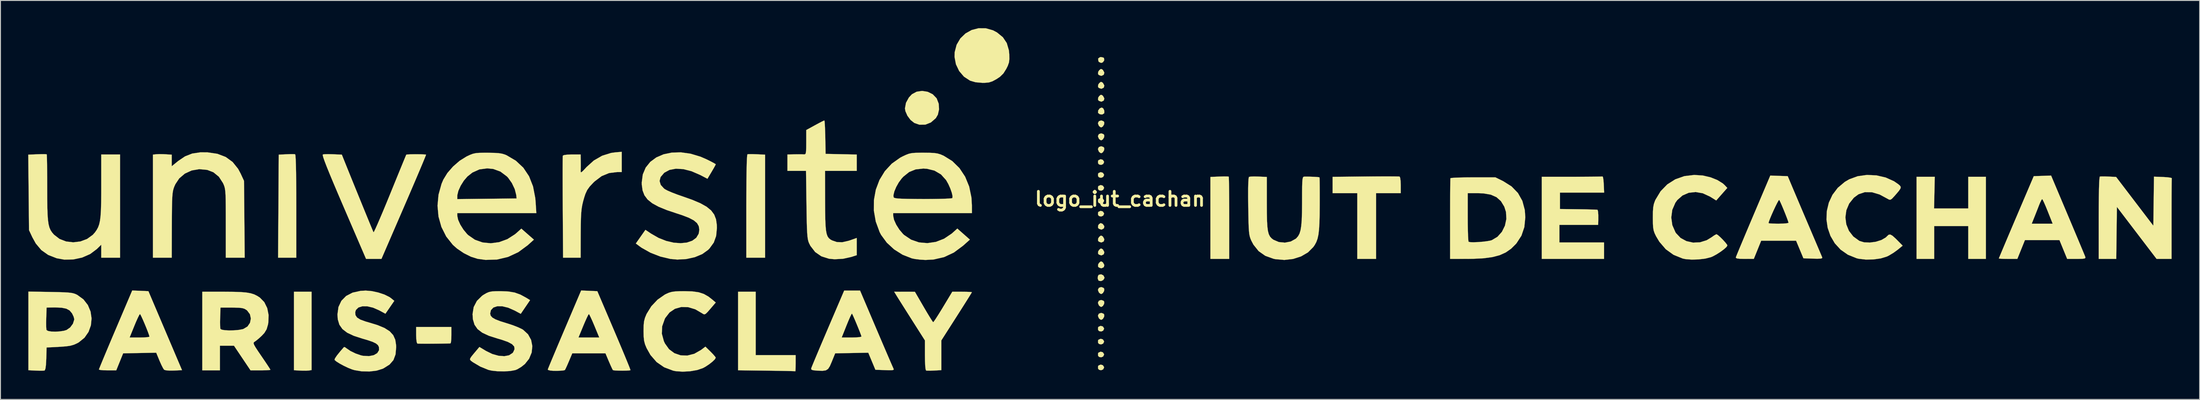
<source format=kicad_pcb>
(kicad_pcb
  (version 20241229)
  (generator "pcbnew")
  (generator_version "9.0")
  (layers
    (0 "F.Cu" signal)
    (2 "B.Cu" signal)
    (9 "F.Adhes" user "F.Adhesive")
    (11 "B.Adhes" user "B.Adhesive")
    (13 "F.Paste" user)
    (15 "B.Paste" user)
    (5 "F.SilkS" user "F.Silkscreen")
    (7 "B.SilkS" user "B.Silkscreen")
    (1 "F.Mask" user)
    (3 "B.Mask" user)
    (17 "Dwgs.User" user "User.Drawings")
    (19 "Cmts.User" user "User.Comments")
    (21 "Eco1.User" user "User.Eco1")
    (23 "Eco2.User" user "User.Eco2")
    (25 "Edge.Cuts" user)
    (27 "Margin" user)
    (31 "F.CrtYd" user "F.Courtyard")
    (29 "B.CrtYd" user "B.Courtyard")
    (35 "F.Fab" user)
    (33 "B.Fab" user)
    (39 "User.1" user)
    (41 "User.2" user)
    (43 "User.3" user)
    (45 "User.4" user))
  (footprint "logo_iut_cachan"
    (layer "F.Cu")
    (at 118.004 18.493)
    (property "Reference" "logo_iut_cachan" (at 0 0 0) (layer "F.SilkS") (effects (font (size 1.524 1.524) (thickness 0.3))))
    (attr through_hole)
    (fp_poly (pts (xy -87.376 18.512) (xy -87.662 18.559) (xy -87.954 18.579) (xy -88.376 18.577) (xy -88.614 18.567) (xy -89.281 18.529) (xy -89.281 10.033) (xy -87.376 10.033) (xy -87.376 18.512)) (stroke (width 0.01) (type solid)) (fill yes) (layer "F.SilkS"))
    (fp_poly (pts (xy -1.844 -4.239) (xy -1.717 -4.037) (xy -1.714 -3.999) (xy -1.813 -3.789) (xy -2.032 -3.697) (xy -2.26 -3.743) (xy -2.367 -3.873) (xy -2.371 -4.118) (xy -2.316 -4.211) (xy -2.081 -4.31) (xy -1.844 -4.239)) (stroke (width 0.01) (type solid)) (fill yes) (layer "F.SilkS"))
    (fp_poly (pts (xy -1.844 -2.842) (xy -1.717 -2.64) (xy -1.714 -2.602) (xy -1.813 -2.392) (xy -2.032 -2.3) (xy -2.26 -2.346) (xy -2.367 -2.476) (xy -2.371 -2.721) (xy -2.316 -2.814) (xy -2.081 -2.913) (xy -1.844 -2.842)) (stroke (width 0.01) (type solid)) (fill yes) (layer "F.SilkS"))
    (fp_poly (pts (xy -1.844 -1.445) (xy -1.717 -1.243) (xy -1.714 -1.205) (xy -1.813 -0.995) (xy -2.032 -0.903) (xy -2.26 -0.949) (xy -2.367 -1.079) (xy -2.371 -1.324) (xy -2.316 -1.417) (xy -2.081 -1.516) (xy -1.844 -1.445)) (stroke (width 0.01) (type solid)) (fill yes) (layer "F.SilkS"))
    (fp_poly (pts (xy -1.844 -0.048) (xy -1.717 0.154) (xy -1.714 0.192) (xy -1.813 0.402) (xy -2.032 0.494) (xy -2.26 0.448) (xy -2.367 0.318) (xy -2.371 0.073) (xy -2.316 -0.02) (xy -2.081 -0.119) (xy -1.844 -0.048)) (stroke (width 0.01) (type solid)) (fill yes) (layer "F.SilkS"))
    (fp_poly (pts (xy -1.844 1.349) (xy -1.717 1.551) (xy -1.714 1.589) (xy -1.813 1.799) (xy -2.032 1.891) (xy -2.26 1.845) (xy -2.367 1.715) (xy -2.371 1.47) (xy -2.316 1.377) (xy -2.081 1.278) (xy -1.844 1.349)) (stroke (width 0.01) (type solid)) (fill yes) (layer "F.SilkS"))
    (fp_poly (pts (xy -1.844 13.795) (xy -1.717 13.997) (xy -1.714 14.035) (xy -1.813 14.245) (xy -2.032 14.337) (xy -2.26 14.291) (xy -2.367 14.161) (xy -2.371 13.916) (xy -2.316 13.823) (xy -2.081 13.724) (xy -1.844 13.795)) (stroke (width 0.01) (type solid)) (fill yes) (layer "F.SilkS"))
    (fp_poly (pts (xy -1.844 15.192) (xy -1.717 15.394) (xy -1.714 15.432) (xy -1.813 15.642) (xy -2.032 15.734) (xy -2.26 15.688) (xy -2.367 15.558) (xy -2.371 15.313) (xy -2.316 15.22) (xy -2.081 15.121) (xy -1.844 15.192)) (stroke (width 0.01) (type solid)) (fill yes) (layer "F.SilkS"))
    (fp_poly (pts (xy -1.844 16.589) (xy -1.717 16.791) (xy -1.714 16.829) (xy -1.813 17.039) (xy -2.032 17.131) (xy -2.26 17.085) (xy -2.367 16.955) (xy -2.371 16.71) (xy -2.316 16.617) (xy -2.081 16.518) (xy -1.844 16.589)) (stroke (width 0.01) (type solid)) (fill yes) (layer "F.SilkS"))
    (fp_poly (pts (xy -1.844 17.986) (xy -1.717 18.188) (xy -1.714 18.226) (xy -1.813 18.436) (xy -2.032 18.528) (xy -2.26 18.482) (xy -2.367 18.352) (xy -2.371 18.107) (xy -2.316 18.014) (xy -2.081 17.915) (xy -1.844 17.986)) (stroke (width 0.01) (type solid)) (fill yes) (layer "F.SilkS"))
    (fp_poly (pts (xy -1.796 -15.313) (xy -1.722 -15.251) (xy -1.699 -15.016) (xy -1.841 -14.804) (xy -2.032 -14.732) (xy -2.265 -14.831) (xy -2.336 -14.934) (xy -2.354 -15.212) (xy -2.161 -15.354) (xy -2.032 -15.367) (xy -1.796 -15.313)) (stroke (width 0.01) (type solid)) (fill yes) (layer "F.SilkS"))
    (fp_poly (pts (xy -1.914 -14.029) (xy -1.824 -13.944) (xy -1.686 -13.682) (xy -1.75 -13.452) (xy -1.987 -13.337) (xy -2.032 -13.335) (xy -2.28 -13.421) (xy -2.371 -13.535) (xy -2.351 -13.774) (xy -2.24 -13.944) (xy -2.062 -14.083) (xy -1.914 -14.029)) (stroke (width 0.01) (type solid)) (fill yes) (layer "F.SilkS"))
    (fp_poly (pts (xy -1.914 -12.632) (xy -1.824 -12.547) (xy -1.686 -12.285) (xy -1.75 -12.055) (xy -1.987 -11.94) (xy -2.032 -11.938) (xy -2.28 -12.024) (xy -2.371 -12.138) (xy -2.351 -12.377) (xy -2.24 -12.547) (xy -2.062 -12.686) (xy -1.914 -12.632)) (stroke (width 0.01) (type solid)) (fill yes) (layer "F.SilkS"))
    (fp_poly (pts (xy -1.914 -11.235) (xy -1.824 -11.15) (xy -1.686 -10.888) (xy -1.75 -10.658) (xy -1.987 -10.543) (xy -2.032 -10.541) (xy -2.28 -10.627) (xy -2.371 -10.741) (xy -2.351 -10.98) (xy -2.24 -11.15) (xy -2.062 -11.289) (xy -1.914 -11.235)) (stroke (width 0.01) (type solid)) (fill yes) (layer "F.SilkS"))
    (fp_poly (pts (xy -1.914 4.005) (xy -1.824 4.09) (xy -1.686 4.352) (xy -1.75 4.582) (xy -1.987 4.697) (xy -2.032 4.699) (xy -2.28 4.613) (xy -2.371 4.499) (xy -2.351 4.26) (xy -2.24 4.09) (xy -2.062 3.951) (xy -1.914 4.005)) (stroke (width 0.01) (type solid)) (fill yes) (layer "F.SilkS"))
    (fp_poly (pts (xy -1.914 5.402) (xy -1.824 5.487) (xy -1.686 5.749) (xy -1.75 5.979) (xy -1.987 6.094) (xy -2.032 6.096) (xy -2.28 6.01) (xy -2.371 5.896) (xy -2.351 5.657) (xy -2.24 5.487) (xy -2.062 5.348) (xy -1.914 5.402)) (stroke (width 0.01) (type solid)) (fill yes) (layer "F.SilkS"))
    (fp_poly (pts (xy -1.914 6.799) (xy -1.824 6.884) (xy -1.686 7.146) (xy -1.75 7.376) (xy -1.987 7.491) (xy -2.032 7.493) (xy -2.28 7.407) (xy -2.371 7.293) (xy -2.351 7.054) (xy -2.24 6.884) (xy -2.062 6.745) (xy -1.914 6.799)) (stroke (width 0.01) (type solid)) (fill yes) (layer "F.SilkS"))
    (fp_poly (pts (xy -1.896 2.676) (xy -1.847 2.711) (xy -1.686 2.94) (xy -1.731 3.165) (xy -1.951 3.295) (xy -2.032 3.302) (xy -2.28 3.216) (xy -2.371 3.102) (xy -2.354 2.856) (xy -2.266 2.719) (xy -2.089 2.603) (xy -1.896 2.676)) (stroke (width 0.01) (type solid)) (fill yes) (layer "F.SilkS"))
    (fp_poly (pts (xy -1.797 -9.8) (xy -1.691 -9.563) (xy -1.692 -9.318) (xy -1.714 -9.272) (xy -1.91 -9.155) (xy -2.172 -9.174) (xy -2.359 -9.316) (xy -2.368 -9.336) (xy -2.351 -9.591) (xy -2.179 -9.82) (xy -1.962 -9.906) (xy -1.797 -9.8)) (stroke (width 0.01) (type solid)) (fill yes) (layer "F.SilkS"))
    (fp_poly (pts (xy -1.786 -8.427) (xy -1.696 -8.317) (xy -1.71 -8.085) (xy -1.846 -7.853) (xy -2.032 -7.747) (xy -2.032 -7.747) (xy -2.184 -7.833) (xy -2.285 -7.936) (xy -2.385 -8.202) (xy -2.281 -8.423) (xy -2.032 -8.509) (xy -1.786 -8.427)) (stroke (width 0.01) (type solid)) (fill yes) (layer "F.SilkS"))
    (fp_poly (pts (xy -1.786 -7.03) (xy -1.696 -6.92) (xy -1.71 -6.688) (xy -1.846 -6.456) (xy -2.032 -6.35) (xy -2.032 -6.35) (xy -2.184 -6.436) (xy -2.285 -6.539) (xy -2.385 -6.805) (xy -2.281 -7.026) (xy -2.032 -7.112) (xy -1.786 -7.03)) (stroke (width 0.01) (type solid)) (fill yes) (layer "F.SilkS"))
    (fp_poly (pts (xy -1.786 -5.633) (xy -1.696 -5.523) (xy -1.71 -5.291) (xy -1.846 -5.059) (xy -2.032 -4.953) (xy -2.032 -4.953) (xy -2.184 -5.039) (xy -2.285 -5.142) (xy -2.385 -5.408) (xy -2.281 -5.629) (xy -2.032 -5.715) (xy -1.786 -5.633)) (stroke (width 0.01) (type solid)) (fill yes) (layer "F.SilkS"))
    (fp_poly (pts (xy -1.786 9.607) (xy -1.696 9.717) (xy -1.71 9.949) (xy -1.846 10.181) (xy -2.032 10.287) (xy -2.032 10.287) (xy -2.184 10.201) (xy -2.285 10.098) (xy -2.385 9.832) (xy -2.281 9.611) (xy -2.032 9.525) (xy -1.786 9.607)) (stroke (width 0.01) (type solid)) (fill yes) (layer "F.SilkS"))
    (fp_poly (pts (xy -1.786 11.004) (xy -1.696 11.114) (xy -1.71 11.346) (xy -1.846 11.578) (xy -2.032 11.684) (xy -2.032 11.684) (xy -2.184 11.598) (xy -2.285 11.495) (xy -2.385 11.229) (xy -2.281 11.008) (xy -2.032 10.922) (xy -1.786 11.004)) (stroke (width 0.01) (type solid)) (fill yes) (layer "F.SilkS"))
    (fp_poly (pts (xy -1.786 12.401) (xy -1.696 12.511) (xy -1.71 12.743) (xy -1.846 12.975) (xy -2.032 13.081) (xy -2.032 13.081) (xy -2.184 12.995) (xy -2.285 12.892) (xy -2.385 12.626) (xy -2.281 12.405) (xy -2.032 12.319) (xy -1.786 12.401)) (stroke (width 0.01) (type solid)) (fill yes) (layer "F.SilkS"))
    (fp_poly (pts (xy -1.785 8.268) (xy -1.673 8.495) (xy -1.675 8.552) (xy -1.807 8.77) (xy -2.051 8.881) (xy -2.289 8.839) (xy -2.323 8.811) (xy -2.407 8.592) (xy -2.379 8.328) (xy -2.285 8.191) (xy -2.023 8.147) (xy -1.785 8.268)) (stroke (width 0.01) (type solid)) (fill yes) (layer "F.SilkS"))
    (fp_poly (pts (xy 87.997 1.016) (xy 91.694 1.016) (xy 91.694 -2.413) (xy 93.599 -2.413) (xy 93.599 6.477) (xy 91.694 6.477) (xy 91.694 2.921) (xy 88.011 2.921) (xy 88.011 6.477) (xy 86.106 6.477) (xy 86.106 -2.413) (xy 88.075 -2.413) (xy 87.997 1.016)) (stroke (width 0.01) (type solid)) (fill yes) (layer "F.SilkS"))
    (fp_poly (pts (xy -39.262 -4.848) (xy -39.246 -4.847) (xy -38.354 -4.805) (xy -38.354 6.35) (xy -40.386 6.35) (xy -40.386 0.773) (xy -40.383 -0.655) (xy -40.375 -1.892) (xy -40.361 -2.928) (xy -40.343 -3.752) (xy -40.32 -4.354) (xy -40.292 -4.722) (xy -40.262 -4.847) (xy -40.08 -4.863) (xy -39.722 -4.863) (xy -39.262 -4.848)) (stroke (width 0.01) (type solid)) (fill yes) (layer "F.SilkS"))
    (fp_poly (pts (xy 11.567 -2.446) (xy 11.749 -2.428) (xy 11.759 -2.424) (xy 11.771 -2.289) (xy 11.782 -1.929) (xy 11.792 -1.374) (xy 11.8 -0.653) (xy 11.806 0.205) (xy 11.81 1.171) (xy 11.811 2.053) (xy 11.811 6.477) (xy 9.779 6.477) (xy 9.779 -2.393) (xy 10.743 -2.435) (xy 11.21 -2.448) (xy 11.567 -2.446)) (stroke (width 0.01) (type solid)) (fill yes) (layer "F.SilkS"))
    (fp_poly (pts (xy -89.312 -4.862) (xy -89.151 -4.847) (xy -89.119 -4.71) (xy -89.092 -4.33) (xy -89.069 -3.716) (xy -89.051 -2.88) (xy -89.037 -1.831) (xy -89.029 -0.581) (xy -89.027 0.773) (xy -89.027 6.35) (xy -90.011 6.35) (xy -90.996 6.35) (xy -90.961 0.773) (xy -90.927 -4.805) (xy -90.101 -4.847) (xy -89.657 -4.863) (xy -89.312 -4.862)) (stroke (width 0.01) (type solid)) (fill yes) (layer "F.SilkS"))
    (fp_poly (pts (xy -39.37 16.891) (xy -35.052 16.891) (xy -35.052 17.78) (xy -35.056 18.213) (xy -35.067 18.52) (xy -35.082 18.64) (xy -35.084 18.64) (xy -35.214 18.63) (xy -35.563 18.619) (xy -36.097 18.606) (xy -36.779 18.594) (xy -37.575 18.582) (xy -38.195 18.574) (xy -41.275 18.537) (xy -41.275 10.033) (xy -39.37 10.033) (xy -39.37 16.891)) (stroke (width 0.01) (type solid)) (fill yes) (layer "F.SilkS"))
    (fp_poly (pts (xy -72.263 14.732) (xy -72.275 15.171) (xy -72.308 15.49) (xy -72.355 15.624) (xy -72.358 15.625) (xy -72.781 15.638) (xy -73.322 15.648) (xy -73.926 15.655) (xy -74.537 15.659) (xy -75.1 15.66) (xy -75.56 15.657) (xy -75.86 15.65) (xy -75.946 15.642) (xy -76.009 15.504) (xy -76.055 15.18) (xy -76.073 14.741) (xy -76.073 14.721) (xy -76.073 13.843) (xy -72.263 13.843) (xy -72.263 14.732)) (stroke (width 0.01) (type solid)) (fill yes) (layer "F.SilkS"))
    (fp_poly (pts (xy 29.635 -2.451) (xy 30.036 -2.445) (xy 30.221 -2.436) (xy 30.227 -2.434) (xy 30.29 -2.296) (xy 30.335 -1.972) (xy 30.353 -1.533) (xy 30.353 -1.513) (xy 30.353 -0.635) (xy 27.686 -0.635) (xy 27.686 6.477) (xy 25.654 6.477) (xy 25.654 -0.635) (xy 22.987 -0.635) (xy 22.987 -2.405) (xy 26.544 -2.441) (xy 27.472 -2.449) (xy 28.32 -2.453) (xy 29.052 -2.454) (xy 29.635 -2.451)) (stroke (width 0.01) (type solid)) (fill yes) (layer "F.SilkS"))
    (fp_poly (pts (xy -20.778 -11.607) (xy -20.236 -11.339) (xy -19.825 -10.914) (xy -19.807 -10.884) (xy -19.592 -10.328) (xy -19.551 -9.714) (xy -19.681 -9.133) (xy -19.901 -8.755) (xy -20.434 -8.291) (xy -21.039 -8.051) (xy -21.675 -8.044) (xy -22.227 -8.236) (xy -22.63 -8.557) (xy -22.972 -9.013) (xy -23.191 -9.511) (xy -23.239 -9.815) (xy -23.127 -10.42) (xy -22.812 -10.995) (xy -22.487 -11.341) (xy -21.973 -11.619) (xy -21.38 -11.704) (xy -20.778 -11.607)) (stroke (width 0.01) (type solid)) (fill yes) (layer "F.SilkS"))
    (fp_poly (pts (xy -14.499 -18.483) (xy -13.716 -18.26) (xy -13.294 -18.035) (xy -12.656 -17.514) (xy -12.233 -16.882) (xy -12.007 -16.109) (xy -11.964 -15.684) (xy -11.951 -15.168) (xy -11.994 -14.789) (xy -12.117 -14.432) (xy -12.282 -14.097) (xy -12.596 -13.596) (xy -12.975 -13.226) (xy -13.335 -12.986) (xy -13.774 -12.747) (xy -14.151 -12.622) (xy -14.594 -12.579) (xy -14.853 -12.576) (xy -15.602 -12.639) (xy -16.199 -12.812) (xy -16.2 -12.813) (xy -16.861 -13.246) (xy -17.38 -13.854) (xy -17.729 -14.586) (xy -17.881 -15.391) (xy -17.865 -15.891) (xy -17.654 -16.701) (xy -17.252 -17.383) (xy -16.697 -17.92) (xy -16.028 -18.295) (xy -15.283 -18.488) (xy -14.499 -18.483)) (stroke (width 0.01) (type solid)) (fill yes) (layer "F.SilkS"))
    (fp_poly (pts (xy 52.217 -2.345) (xy 52.263 -2.052) (xy 52.295 -1.628) (xy 52.297 -1.587) (xy 52.334 -0.699) (xy 47.562 -0.699) (xy 47.562 1.079) (xy 49.575 1.103) (xy 50.262 1.114) (xy 50.852 1.127) (xy 51.303 1.143) (xy 51.572 1.158) (xy 51.626 1.167) (xy 51.677 1.349) (xy 51.704 1.728) (xy 51.704 2.251) (xy 51.704 2.254) (xy 51.689 2.794) (xy 47.498 2.794) (xy 47.498 4.699) (xy 52.324 4.699) (xy 52.324 6.477) (xy 45.593 6.477) (xy 45.593 -2.413) (xy 48.831 -2.413) (xy 49.715 -2.414) (xy 50.514 -2.418) (xy 51.193 -2.423) (xy 51.719 -2.429) (xy 52.055 -2.437) (xy 52.165 -2.445) (xy 52.217 -2.345)) (stroke (width 0.01) (type solid)) (fill yes) (layer "F.SilkS"))
    (fp_poly (pts (xy 106.456 -2.449) (xy 106.858 -2.434) (xy 107.675 -2.392) (xy 109.686 0.247) (xy 111.697 2.886) (xy 111.765 -2.424) (xy 112.747 -2.387) (xy 113.205 -2.358) (xy 113.54 -2.315) (xy 113.693 -2.266) (xy 113.697 -2.254) (xy 113.689 -2.109) (xy 113.682 -1.74) (xy 113.676 -1.177) (xy 113.671 -0.449) (xy 113.668 0.412) (xy 113.666 1.376) (xy 113.665 2.159) (xy 113.665 6.477) (xy 112.045 6.477) (xy 109.902 3.665) (xy 107.76 0.853) (xy 107.725 3.665) (xy 107.691 6.477) (xy 105.791 6.477) (xy 105.791 2.043) (xy 105.795 0.792) (xy 105.805 -0.274) (xy 105.822 -1.142) (xy 105.844 -1.798) (xy 105.873 -2.23) (xy 105.907 -2.424) (xy 105.915 -2.434) (xy 106.099 -2.45) (xy 106.456 -2.449)) (stroke (width 0.01) (type solid)) (fill yes) (layer "F.SilkS"))
    (fp_poly (pts (xy -16.58 10.038) (xy -16.212 10.053) (xy -16.018 10.073) (xy -16.002 10.082) (xy -16.067 10.198) (xy -16.251 10.497) (xy -16.535 10.951) (xy -16.9 11.53) (xy -17.327 12.203) (xy -17.653 12.715) (xy -19.304 15.299) (xy -19.304 18.519) (xy -20.068 18.562) (xy -20.496 18.579) (xy -20.824 18.577) (xy -20.957 18.563) (xy -21.008 18.424) (xy -21.048 18.071) (xy -21.073 17.543) (xy -21.082 16.91) (xy -21.082 15.299) (xy -22.452 13.142) (xy -22.891 12.449) (xy -23.303 11.799) (xy -23.66 11.233) (xy -23.936 10.794) (xy -24.105 10.523) (xy -24.113 10.509) (xy -24.405 10.033) (xy -23.283 10.035) (xy -22.162 10.037) (xy -21.209 11.681) (xy -20.872 12.255) (xy -20.577 12.743) (xy -20.349 13.105) (xy -20.212 13.304) (xy -20.185 13.33) (xy -20.098 13.229) (xy -19.906 12.946) (xy -19.633 12.521) (xy -19.303 11.989) (xy -19.118 11.684) (xy -18.124 10.033) (xy -17.063 10.033) (xy -16.58 10.038)) (stroke (width 0.01) (type solid)) (fill yes) (layer "F.SilkS"))
    (fp_poly (pts (xy -53.848 -2.921) (xy -54.333 -2.921) (xy -55.219 -2.813) (xy -56.025 -2.481) (xy -56.78 -1.91) (xy -56.908 -1.787) (xy -57.316 -1.351) (xy -57.585 -0.974) (xy -57.778 -0.556) (xy -57.902 -0.179) (xy -58.023 0.245) (xy -58.115 0.636) (xy -58.183 1.04) (xy -58.229 1.501) (xy -58.259 2.064) (xy -58.276 2.774) (xy -58.284 3.675) (xy -58.286 4.096) (xy -58.293 6.35) (xy -60.193 6.35) (xy -60.227 0.889) (xy -60.233 -0.267) (xy -60.237 -1.346) (xy -60.239 -2.32) (xy -60.239 -3.163) (xy -60.236 -3.848) (xy -60.231 -4.349) (xy -60.224 -4.638) (xy -60.219 -4.699) (xy -60.081 -4.76) (xy -59.755 -4.805) (xy -59.308 -4.826) (xy -59.235 -4.826) (xy -58.293 -4.826) (xy -58.279 -4.096) (xy -58.275 -3.631) (xy -58.281 -3.224) (xy -58.289 -3.048) (xy -58.282 -2.91) (xy -58.21 -2.904) (xy -58.042 -3.047) (xy -57.748 -3.361) (xy -57.663 -3.455) (xy -56.87 -4.17) (xy -55.966 -4.691) (xy -54.998 -4.993) (xy -54.623 -5.045) (xy -53.848 -5.115) (xy -53.848 -2.921)) (stroke (width 0.01) (type solid)) (fill yes) (layer "F.SilkS"))
    (fp_poly (pts (xy 102.455 1.745) (xy 102.871 2.732) (xy 103.257 3.651) (xy 103.603 4.474) (xy 103.895 5.173) (xy 104.124 5.722) (xy 104.277 6.092) (xy 104.342 6.255) (xy 104.357 6.365) (xy 104.275 6.432) (xy 104.049 6.465) (xy 103.634 6.476) (xy 103.401 6.477) (xy 102.381 6.477) (xy 101.55 4.445) (xy 97.819 4.445) (xy 97.409 5.461) (xy 96.999 6.477) (xy 95.998 6.477) (xy 95.53 6.472) (xy 95.178 6.458) (xy 95.005 6.438) (xy 94.996 6.432) (xy 95.044 6.309) (xy 95.181 5.978) (xy 95.396 5.465) (xy 95.678 4.795) (xy 96.016 3.995) (xy 96.4 3.09) (xy 96.58 2.667) (xy 98.556 2.667) (xy 100.814 2.667) (xy 100.286 1.335) (xy 100.07 0.804) (xy 99.882 0.374) (xy 99.744 0.091) (xy 99.681 0.001) (xy 99.597 0.109) (xy 99.46 0.388) (xy 99.345 0.667) (xy 99.136 1.204) (xy 98.908 1.783) (xy 98.821 2) (xy 98.556 2.667) (xy 96.58 2.667) (xy 96.818 2.106) (xy 96.883 1.955) (xy 98.77 -2.477) (xy 99.709 -2.51) (xy 100.647 -2.543) (xy 102.455 1.745)) (stroke (width 0.01) (type solid)) (fill yes) (layer "F.SilkS"))
    (fp_poly (pts (xy -98.627 -5.054) (xy -97.558 -4.898) (xy -96.655 -4.552) (xy -95.911 -4.011) (xy -95.317 -3.27) (xy -95.046 -2.764) (xy -94.678 -1.968) (xy -94.602 6.35) (xy -96.647 6.35) (xy -96.648 2.635) (xy -96.649 1.565) (xy -96.653 0.717) (xy -96.661 0.059) (xy -96.676 -0.442) (xy -96.701 -0.816) (xy -96.737 -1.096) (xy -96.786 -1.315) (xy -96.852 -1.503) (xy -96.935 -1.693) (xy -96.952 -1.729) (xy -97.394 -2.412) (xy -97.984 -2.896) (xy -98.657 -3.156) (xy -99.516 -3.234) (xy -100.335 -3.094) (xy -101.071 -2.755) (xy -101.68 -2.237) (xy -102.092 -1.616) (xy -102.198 -1.385) (xy -102.282 -1.165) (xy -102.347 -0.922) (xy -102.395 -0.626) (xy -102.429 -0.242) (xy -102.452 0.26) (xy -102.465 0.913) (xy -102.473 1.75) (xy -102.478 2.802) (xy -102.479 3.016) (xy -102.489 6.35) (xy -104.521 6.35) (xy -104.521 -4.809) (xy -104.172 -4.849) (xy -103.838 -4.865) (xy -103.387 -4.858) (xy -103.156 -4.846) (xy -102.489 -4.802) (xy -102.489 -3.553) (xy -101.79 -4.123) (xy -101.055 -4.619) (xy -100.278 -4.925) (xy -99.398 -5.057) (xy -98.627 -5.054)) (stroke (width 0.01) (type solid)) (fill yes) (layer "F.SilkS"))
    (fp_poly (pts (xy -105.011 9.97) (xy -103.932 12.509) (xy -103.553 13.401) (xy -103.151 14.348) (xy -102.756 15.277) (xy -102.399 16.116) (xy -102.115 16.786) (xy -101.377 18.522) (xy -102.27 18.564) (xy -102.736 18.568) (xy -103.109 18.538) (xy -103.309 18.481) (xy -103.312 18.479) (xy -103.431 18.304) (xy -103.606 17.963) (xy -103.8 17.528) (xy -103.816 17.491) (xy -104.171 16.63) (xy -105.957 16.665) (xy -107.743 16.701) (xy -108.488 18.542) (xy -109.425 18.542) (xy -109.877 18.531) (xy -110.209 18.501) (xy -110.36 18.458) (xy -110.363 18.451) (xy -110.315 18.317) (xy -110.178 17.976) (xy -109.964 17.455) (xy -109.683 16.781) (xy -109.347 15.98) (xy -108.967 15.079) (xy -108.928 14.986) (xy -107.042 14.986) (xy -105.972 14.986) (xy -105.486 14.976) (xy -105.116 14.949) (xy -104.919 14.91) (xy -104.902 14.893) (xy -104.947 14.715) (xy -105.067 14.38) (xy -105.235 13.95) (xy -105.427 13.485) (xy -105.618 13.044) (xy -105.782 12.688) (xy -105.894 12.478) (xy -105.924 12.446) (xy -106.006 12.556) (xy -106.156 12.855) (xy -106.353 13.294) (xy -106.528 13.716) (xy -107.042 14.986) (xy -108.928 14.986) (xy -108.563 14.128) (xy -106.764 9.896) (xy -105.011 9.97)) (stroke (width 0.01) (type solid)) (fill yes) (layer "F.SilkS"))
    (fp_poly (pts (xy -116.199 -4.859) (xy -116.014 -4.842) (xy -116.003 -4.837) (xy -115.99 -4.701) (xy -115.978 -4.344) (xy -115.967 -3.798) (xy -115.959 -3.096) (xy -115.953 -2.271) (xy -115.951 -1.355) (xy -115.951 -1.201) (xy -115.948 -0.03) (xy -115.936 0.918) (xy -115.911 1.672) (xy -115.868 2.264) (xy -115.803 2.722) (xy -115.712 3.079) (xy -115.589 3.363) (xy -115.431 3.606) (xy -115.234 3.837) (xy -115.216 3.856) (xy -114.619 4.318) (xy -113.909 4.592) (xy -113.14 4.682) (xy -112.367 4.591) (xy -111.645 4.321) (xy -111.028 3.876) (xy -110.793 3.612) (xy -110.602 3.339) (xy -110.449 3.055) (xy -110.332 2.73) (xy -110.244 2.329) (xy -110.183 1.823) (xy -110.143 1.179) (xy -110.12 0.364) (xy -110.11 -0.652) (xy -110.109 -1.417) (xy -110.109 -4.826) (xy -108.077 -4.826) (xy -108.077 6.35) (xy -110.109 6.35) (xy -110.109 4.941) (xy -110.585 5.409) (xy -111.307 5.951) (xy -112.175 6.332) (xy -113.13 6.538) (xy -114.111 6.555) (xy -114.925 6.41) (xy -115.842 6.051) (xy -116.587 5.525) (xy -117.189 4.806) (xy -117.563 4.128) (xy -117.919 3.365) (xy -117.959 -0.72) (xy -117.999 -4.805) (xy -117.027 -4.847) (xy -116.558 -4.861) (xy -116.199 -4.859)) (stroke (width 0.01) (type solid)) (fill yes) (layer "F.SilkS"))
    (fp_poly (pts (xy -57.365 9.933) (xy -56.489 9.97) (xy -54.676 14.224) (xy -54.263 15.197) (xy -53.885 16.094) (xy -53.553 16.889) (xy -53.279 17.555) (xy -53.071 18.068) (xy -52.943 18.399) (xy -52.903 18.524) (xy -52.903 18.524) (xy -53.049 18.553) (xy -53.368 18.571) (xy -53.78 18.577) (xy -54.207 18.571) (xy -54.567 18.555) (xy -54.78 18.528) (xy -54.805 18.517) (xy -54.884 18.373) (xy -55.031 18.059) (xy -55.215 17.638) (xy -55.243 17.574) (xy -55.611 16.701) (xy -59.197 16.701) (xy -59.565 17.574) (xy -59.751 18.004) (xy -59.903 18.335) (xy -59.991 18.503) (xy -59.997 18.51) (xy -60.156 18.551) (xy -60.481 18.58) (xy -60.887 18.593) (xy -61.286 18.587) (xy -61.563 18.565) (xy -61.786 18.508) (xy -61.849 18.457) (xy -61.801 18.329) (xy -61.665 17.994) (xy -61.451 17.477) (xy -61.17 16.807) (xy -60.835 16.009) (xy -60.455 15.11) (xy -60.402 14.986) (xy -58.526 14.986) (xy -56.282 14.986) (xy -56.806 13.716) (xy -57.025 13.201) (xy -57.214 12.786) (xy -57.349 12.52) (xy -57.404 12.446) (xy -57.479 12.556) (xy -57.626 12.854) (xy -57.822 13.291) (xy -58.002 13.716) (xy -58.526 14.986) (xy -60.402 14.986) (xy -60.045 14.143) (xy -58.24 9.896) (xy -57.365 9.933)) (stroke (width 0.01) (type solid)) (fill yes) (layer "F.SilkS"))
    (fp_poly (pts (xy -31.924 -8.39) (xy -31.898 -8.061) (xy -31.874 -7.569) (xy -31.854 -6.958) (xy -31.849 -6.699) (xy -31.814 -4.889) (xy -28.448 -4.819) (xy -28.448 -3.048) (xy -31.877 -3.048) (xy -31.87 0.159) (xy -31.864 1.272) (xy -31.85 2.161) (xy -31.821 2.853) (xy -31.774 3.377) (xy -31.702 3.763) (xy -31.602 4.039) (xy -31.467 4.234) (xy -31.293 4.377) (xy -31.115 4.477) (xy -30.581 4.659) (xy -30.005 4.672) (xy -29.321 4.514) (xy -29.143 4.455) (xy -28.448 4.21) (xy -28.448 6.076) (xy -29.051 6.27) (xy -29.923 6.463) (xy -30.835 6.516) (xy -31.455 6.459) (xy -32.273 6.199) (xy -32.943 5.735) (xy -33.457 5.071) (xy -33.612 4.763) (xy -33.679 4.582) (xy -33.733 4.357) (xy -33.775 4.057) (xy -33.808 3.652) (xy -33.834 3.109) (xy -33.855 2.398) (xy -33.872 1.489) (xy -33.884 0.603) (xy -33.932 -3.048) (xy -35.941 -3.048) (xy -35.941 -4.826) (xy -35.147 -4.841) (xy -34.69 -4.845) (xy -34.313 -4.841) (xy -34.131 -4.833) (xy -34.032 -4.847) (xy -33.967 -4.942) (xy -33.93 -5.162) (xy -33.913 -5.549) (xy -33.909 -6.14) (xy -33.909 -7.47) (xy -32.962 -7.99) (xy -32.525 -8.226) (xy -32.178 -8.406) (xy -31.976 -8.501) (xy -31.95 -8.509) (xy -31.924 -8.39)) (stroke (width 0.01) (type solid)) (fill yes) (layer "F.SilkS"))
    (fp_poly (pts (xy -26.348 14.002) (xy -25.937 14.966) (xy -25.554 15.863) (xy -25.211 16.663) (xy -24.921 17.338) (xy -24.695 17.86) (xy -24.545 18.201) (xy -24.488 18.325) (xy -24.449 18.436) (xy -24.504 18.501) (xy -24.697 18.528) (xy -25.074 18.526) (xy -25.402 18.516) (xy -26.434 18.479) (xy -26.82 17.554) (xy -27.205 16.63) (xy -28.993 16.665) (xy -30.781 16.701) (xy -31.148 17.608) (xy -31.353 18.084) (xy -31.543 18.382) (xy -31.783 18.539) (xy -32.134 18.591) (xy -32.661 18.576) (xy -32.811 18.566) (xy -33.182 18.527) (xy -33.352 18.456) (xy -33.373 18.33) (xy -33.369 18.312) (xy -33.306 18.148) (xy -33.156 17.78) (xy -32.929 17.234) (xy -32.637 16.539) (xy -32.293 15.724) (xy -31.979 14.986) (xy -30.075 14.986) (xy -29.007 14.986) (xy -28.523 14.974) (xy -28.153 14.943) (xy -27.957 14.897) (xy -27.94 14.878) (xy -27.986 14.724) (xy -28.108 14.4) (xy -28.28 13.969) (xy -28.475 13.494) (xy -28.668 13.037) (xy -28.832 12.663) (xy -28.942 12.433) (xy -28.967 12.393) (xy -29.032 12.481) (xy -29.168 12.761) (xy -29.354 13.189) (xy -29.548 13.663) (xy -30.075 14.986) (xy -31.979 14.986) (xy -31.907 14.817) (xy -31.56 14.002) (xy -29.809 9.906) (xy -28.089 9.906) (xy -26.348 14.002)) (stroke (width 0.01) (type solid)) (fill yes) (layer "F.SilkS"))
    (fp_poly (pts (xy -115.602 10.055) (xy -114.753 10.072) (xy -114.117 10.093) (xy -113.649 10.121) (xy -113.31 10.163) (xy -113.055 10.222) (xy -112.844 10.303) (xy -112.693 10.379) (xy -112.034 10.86) (xy -111.558 11.472) (xy -111.265 12.172) (xy -111.155 12.919) (xy -111.228 13.669) (xy -111.483 14.379) (xy -111.92 15.008) (xy -112.54 15.511) (xy -112.706 15.604) (xy -113.057 15.763) (xy -113.426 15.87) (xy -113.886 15.94) (xy -114.51 15.988) (xy -114.674 15.997) (xy -116.014 16.066) (xy -116.051 17.292) (xy -116.086 17.959) (xy -116.145 18.378) (xy -116.228 18.556) (xy -116.241 18.562) (xy -116.443 18.579) (xy -116.812 18.58) (xy -117.189 18.568) (xy -117.983 18.53) (xy -117.983 13.397) (xy -116.066 13.397) (xy -116.06 13.837) (xy -116.039 14.12) (xy -116.027 14.173) (xy -115.866 14.276) (xy -115.526 14.336) (xy -115.079 14.352) (xy -114.595 14.326) (xy -114.146 14.257) (xy -113.86 14.171) (xy -113.47 13.899) (xy -113.171 13.494) (xy -113.033 13.055) (xy -113.03 12.992) (xy -113.095 12.735) (xy -113.251 12.404) (xy -113.28 12.356) (xy -113.536 12.055) (xy -113.897 11.862) (xy -114.409 11.759) (xy -115.118 11.734) (xy -115.189 11.735) (xy -116.014 11.748) (xy -116.055 12.871) (xy -116.066 13.397) (xy -117.983 13.397) (xy -117.983 10.013) (xy -115.602 10.055)) (stroke (width 0.01) (type solid)) (fill yes) (layer "F.SilkS"))
    (fp_poly (pts (xy -85.104 -4.851) (xy -85.049 -4.848) (xy -84.105 -4.807) (xy -83.918 -4.34) (xy -83.655 -3.686) (xy -83.348 -2.925) (xy -83.009 -2.088) (xy -82.652 -1.207) (xy -82.289 -0.315) (xy -81.933 0.558) (xy -81.598 1.379) (xy -81.296 2.117) (xy -81.04 2.74) (xy -80.843 3.216) (xy -80.719 3.513) (xy -80.68 3.6) (xy -80.619 3.512) (xy -80.475 3.214) (xy -80.258 2.73) (xy -79.98 2.087) (xy -79.651 1.311) (xy -79.283 0.425) (xy -78.893 -0.527) (xy -78.497 -1.501) (xy -78.131 -2.399) (xy -77.806 -3.194) (xy -77.534 -3.858) (xy -77.325 -4.366) (xy -77.19 -4.691) (xy -77.14 -4.806) (xy -77.007 -4.827) (xy -76.682 -4.842) (xy -76.227 -4.85) (xy -76.073 -4.85) (xy -75.59 -4.845) (xy -75.218 -4.832) (xy -75.018 -4.813) (xy -75.001 -4.806) (xy -75.042 -4.685) (xy -75.175 -4.353) (xy -75.389 -3.833) (xy -75.677 -3.149) (xy -76.027 -2.322) (xy -76.431 -1.376) (xy -76.878 -0.333) (xy -77.36 0.784) (xy -77.391 0.857) (xy -79.82 6.476) (xy -80.655 6.477) (xy -81.49 6.477) (xy -83.909 0.857) (xy -84.513 -0.552) (xy -85.016 -1.74) (xy -85.423 -2.718) (xy -85.738 -3.496) (xy -85.965 -4.086) (xy -86.108 -4.497) (xy -86.171 -4.74) (xy -86.161 -4.826) (xy -85.958 -4.852) (xy -85.58 -4.86) (xy -85.104 -4.851)) (stroke (width 0.01) (type solid)) (fill yes) (layer "F.SilkS"))
    (fp_poly (pts (xy 41.43 -1.932) (xy 42.328 -1.365) (xy 43.018 -0.654) (xy 43.495 0.197) (xy 43.759 1.183) (xy 43.815 1.968) (xy 43.712 3.032) (xy 43.397 3.964) (xy 42.865 4.782) (xy 42.794 4.865) (xy 42.277 5.377) (xy 41.707 5.776) (xy 41.05 6.074) (xy 40.269 6.281) (xy 39.329 6.409) (xy 38.194 6.468) (xy 37.56 6.475) (xy 35.687 6.477) (xy 35.687 2.159) (xy 35.688 1.135) (xy 35.69 0.193) (xy 35.694 -0.635) (xy 37.592 -0.635) (xy 37.592 1.947) (xy 37.596 2.733) (xy 37.609 3.432) (xy 37.627 4.004) (xy 37.651 4.41) (xy 37.678 4.61) (xy 37.684 4.622) (xy 37.86 4.665) (xy 38.216 4.676) (xy 38.684 4.659) (xy 39.192 4.62) (xy 39.673 4.562) (xy 40.054 4.491) (xy 40.196 4.449) (xy 40.806 4.085) (xy 41.285 3.547) (xy 41.611 2.886) (xy 41.766 2.156) (xy 41.729 1.41) (xy 41.543 0.826) (xy 41.179 0.227) (xy 40.702 -0.201) (xy 40.08 -0.476) (xy 39.282 -0.612) (xy 38.676 -0.635) (xy 37.592 -0.635) (xy 35.694 -0.635) (xy 35.694 -0.639) (xy 35.7 -1.329) (xy 35.706 -1.848) (xy 35.713 -2.166) (xy 35.719 -2.254) (xy 35.849 -2.284) (xy 36.195 -2.31) (xy 36.714 -2.33) (xy 37.369 -2.344) (xy 38.119 -2.349) (xy 38.167 -2.349) (xy 40.583 -2.349) (xy 41.43 -1.932)) (stroke (width 0.01) (type solid)) (fill yes) (layer "F.SilkS"))
    (fp_poly (pts (xy 81.771 -2.562) (xy 82.767 -2.331) (xy 83.668 -1.926) (xy 84.127 -1.609) (xy 84.313 -1.448) (xy 84.396 -1.305) (xy 84.363 -1.132) (xy 84.197 -0.884) (xy 83.884 -0.513) (xy 83.71 -0.316) (xy 83.447 -0.035) (xy 83.273 0.079) (xy 83.119 0.056) (xy 83.011 -0.006) (xy 82.11 -0.492) (xy 81.277 -0.739) (xy 80.516 -0.748) (xy 79.831 -0.517) (xy 79.332 -0.151) (xy 78.819 0.491) (xy 78.515 1.215) (xy 78.413 1.979) (xy 78.509 2.736) (xy 78.795 3.443) (xy 79.268 4.055) (xy 79.919 4.527) (xy 79.933 4.534) (xy 80.44 4.685) (xy 81.058 4.709) (xy 81.708 4.62) (xy 82.308 4.432) (xy 82.777 4.158) (xy 82.915 4.021) (xy 83.088 3.862) (xy 83.271 3.841) (xy 83.509 3.976) (xy 83.849 4.283) (xy 83.994 4.428) (xy 84.603 5.046) (xy 84.042 5.505) (xy 83.598 5.826) (xy 83.108 6.119) (xy 82.895 6.224) (xy 82.238 6.425) (xy 81.445 6.536) (xy 80.615 6.55) (xy 79.851 6.462) (xy 79.629 6.409) (xy 78.683 6.028) (xy 77.894 5.476) (xy 77.264 4.787) (xy 76.798 3.991) (xy 76.497 3.121) (xy 76.366 2.21) (xy 76.406 1.289) (xy 76.621 0.389) (xy 77.014 -0.456) (xy 77.587 -1.215) (xy 78.345 -1.855) (xy 78.83 -2.14) (xy 79.741 -2.472) (xy 80.742 -2.611) (xy 81.771 -2.562)) (stroke (width 0.01) (type solid)) (fill yes) (layer "F.SilkS"))
    (fp_poly (pts (xy 63.024 -2.544) (xy 63.834 -2.353) (xy 64.57 -2.059) (xy 65.159 -1.694) (xy 65.368 -1.503) (xy 65.648 -1.202) (xy 65.049 -0.524) (xy 64.451 0.155) (xy 63.773 -0.267) (xy 63 -0.624) (xy 62.222 -0.759) (xy 61.479 -0.678) (xy 60.808 -0.387) (xy 60.246 0.106) (xy 60.036 0.398) (xy 59.701 1.169) (xy 59.592 1.998) (xy 59.706 2.827) (xy 60.044 3.598) (xy 60.103 3.689) (xy 60.598 4.211) (xy 61.229 4.554) (xy 61.944 4.714) (xy 62.691 4.683) (xy 63.42 4.456) (xy 63.929 4.148) (xy 64.223 3.941) (xy 64.437 3.822) (xy 64.481 3.81) (xy 64.631 3.897) (xy 64.882 4.117) (xy 65.171 4.405) (xy 65.436 4.698) (xy 65.616 4.932) (xy 65.659 5.027) (xy 65.557 5.191) (xy 65.29 5.432) (xy 64.917 5.709) (xy 64.499 5.979) (xy 64.093 6.199) (xy 63.869 6.295) (xy 63.273 6.446) (xy 62.55 6.533) (xy 61.802 6.554) (xy 61.134 6.503) (xy 60.824 6.439) (xy 59.836 6.037) (xy 58.997 5.432) (xy 58.3 4.619) (xy 57.947 4.028) (xy 57.788 3.698) (xy 57.686 3.397) (xy 57.629 3.05) (xy 57.604 2.586) (xy 57.598 2.032) (xy 57.605 1.379) (xy 57.638 0.906) (xy 57.707 0.54) (xy 57.823 0.208) (xy 57.883 0.074) (xy 58.438 -0.845) (xy 59.16 -1.586) (xy 60.025 -2.136) (xy 61.007 -2.482) (xy 62.08 -2.611) (xy 63.024 -2.544)) (stroke (width 0.01) (type solid)) (fill yes) (layer "F.SilkS"))
    (fp_poly (pts (xy 71.238 -2.51) (xy 72.181 -2.477) (xy 72.715 -1.206) (xy 72.918 -0.727) (xy 73.198 -0.065) (xy 73.536 0.731) (xy 73.909 1.61) (xy 74.297 2.522) (xy 74.548 3.111) (xy 74.9 3.939) (xy 75.221 4.693) (xy 75.497 5.342) (xy 75.713 5.853) (xy 75.857 6.192) (xy 75.912 6.324) (xy 75.89 6.405) (xy 75.718 6.449) (xy 75.36 6.461) (xy 74.926 6.451) (xy 73.874 6.413) (xy 73.08 4.508) (xy 69.311 4.508) (xy 68.914 5.491) (xy 68.516 6.474) (xy 67.523 6.476) (xy 67.004 6.466) (xy 66.701 6.431) (xy 66.576 6.364) (xy 66.57 6.308) (xy 66.628 6.156) (xy 66.774 5.798) (xy 66.996 5.26) (xy 67.285 4.569) (xy 67.627 3.752) (xy 68.013 2.837) (xy 68.111 2.606) (xy 70.104 2.606) (xy 70.221 2.634) (xy 70.534 2.655) (xy 70.985 2.666) (xy 71.183 2.667) (xy 71.671 2.656) (xy 72.044 2.626) (xy 72.244 2.584) (xy 72.263 2.565) (xy 72.216 2.395) (xy 72.094 2.057) (xy 71.923 1.616) (xy 71.729 1.136) (xy 71.538 0.682) (xy 71.377 0.319) (xy 71.271 0.111) (xy 71.256 0.09) (xy 71.183 0.168) (xy 71.039 0.425) (xy 70.849 0.806) (xy 70.639 1.254) (xy 70.434 1.715) (xy 70.259 2.133) (xy 70.141 2.452) (xy 70.104 2.606) (xy 68.111 2.606) (xy 68.431 1.85) (xy 68.453 1.798) (xy 70.294 -2.544) (xy 71.238 -2.51)) (stroke (width 0.01) (type solid)) (fill yes) (layer "F.SilkS"))
    (fp_poly (pts (xy -46.2 9.997) (xy -45.53 10.09) (xy -44.978 10.271) (xy -44.476 10.558) (xy -44.101 10.85) (xy -43.688 11.199) (xy -44.278 11.889) (xy -44.588 12.244) (xy -44.789 12.433) (xy -44.932 12.484) (xy -45.069 12.429) (xy -45.135 12.382) (xy -45.903 11.933) (xy -46.674 11.702) (xy -47.417 11.685) (xy -48.097 11.877) (xy -48.683 12.273) (xy -49.143 12.868) (xy -49.2 12.977) (xy -49.483 13.781) (xy -49.516 14.571) (xy -49.3 15.373) (xy -49.181 15.63) (xy -48.737 16.253) (xy -48.16 16.683) (xy -47.488 16.914) (xy -46.76 16.938) (xy -46.014 16.748) (xy -45.29 16.339) (xy -45.258 16.315) (xy -44.808 15.972) (xy -44.248 16.521) (xy -43.954 16.825) (xy -43.751 17.064) (xy -43.688 17.173) (xy -43.788 17.349) (xy -44.048 17.602) (xy -44.407 17.885) (xy -44.804 18.148) (xy -45.084 18.3) (xy -45.704 18.509) (xy -46.466 18.64) (xy -47.268 18.684) (xy -48.008 18.631) (xy -48.294 18.574) (xy -49.266 18.208) (xy -50.08 17.646) (xy -50.744 16.882) (xy -51.165 16.135) (xy -51.334 15.727) (xy -51.434 15.339) (xy -51.483 14.877) (xy -51.496 14.287) (xy -51.485 13.682) (xy -51.44 13.237) (xy -51.343 12.861) (xy -51.178 12.461) (xy -51.159 12.421) (xy -50.654 11.604) (xy -49.977 10.887) (xy -49.195 10.341) (xy -49.086 10.285) (xy -48.767 10.142) (xy -48.46 10.05) (xy -48.096 9.998) (xy -47.605 9.975) (xy -47.053 9.97) (xy -46.2 9.997)) (stroke (width 0.01) (type solid)) (fill yes) (layer "F.SilkS"))
    (fp_poly (pts (xy -95.807 10.04) (xy -95.036 10.065) (xy -94.436 10.115) (xy -93.965 10.197) (xy -93.582 10.317) (xy -93.246 10.484) (xy -92.953 10.676) (xy -92.485 11.159) (xy -92.168 11.805) (xy -92.019 12.565) (xy -92.052 13.389) (xy -92.087 13.584) (xy -92.235 14.095) (xy -92.477 14.494) (xy -92.758 14.796) (xy -93.092 15.102) (xy -93.391 15.346) (xy -93.529 15.44) (xy -93.618 15.508) (xy -93.644 15.608) (xy -93.588 15.776) (xy -93.435 16.046) (xy -93.168 16.455) (xy -92.798 16.999) (xy -92.441 17.523) (xy -92.142 17.969) (xy -91.929 18.298) (xy -91.826 18.468) (xy -91.821 18.482) (xy -91.938 18.509) (xy -92.251 18.53) (xy -92.701 18.541) (xy -92.898 18.542) (xy -93.974 18.542) (xy -94.869 17.209) (xy -95.764 15.875) (xy -97.282 15.875) (xy -97.282 18.542) (xy -99.187 18.542) (xy -99.187 13.328) (xy -97.266 13.328) (xy -97.259 13.752) (xy -97.237 14.016) (xy -97.228 14.055) (xy -97.074 14.142) (xy -96.734 14.196) (xy -96.275 14.219) (xy -95.764 14.208) (xy -95.267 14.166) (xy -94.851 14.09) (xy -94.742 14.058) (xy -94.302 13.793) (xy -94.031 13.396) (xy -93.94 12.933) (xy -94.039 12.468) (xy -94.34 12.066) (xy -94.409 12.01) (xy -94.615 11.884) (xy -94.864 11.806) (xy -95.22 11.764) (xy -95.744 11.749) (xy -95.989 11.748) (xy -97.219 11.748) (xy -97.256 12.816) (xy -97.266 13.328) (xy -99.187 13.328) (xy -99.187 10.033) (xy -96.79 10.033) (xy -95.807 10.04)) (stroke (width 0.01) (type solid)) (fill yes) (layer "F.SilkS"))
    (fp_poly (pts (xy -66.103 10.003) (xy -65.421 10.119) (xy -64.804 10.342) (xy -64.168 10.688) (xy -63.757 10.941) (xy -64.765 12.424) (xy -65.434 12.064) (xy -66.128 11.758) (xy -66.764 11.606) (xy -67.307 11.602) (xy -67.728 11.744) (xy -67.993 12.028) (xy -68.072 12.389) (xy -68.019 12.62) (xy -67.84 12.825) (xy -67.503 13.02) (xy -66.978 13.224) (xy -66.241 13.453) (xy -65.651 13.644) (xy -65.091 13.861) (xy -64.65 14.067) (xy -64.511 14.149) (xy -63.98 14.638) (xy -63.647 15.243) (xy -63.515 15.917) (xy -63.586 16.612) (xy -63.864 17.283) (xy -64.311 17.847) (xy -64.709 18.167) (xy -65.14 18.424) (xy -65.361 18.514) (xy -65.887 18.611) (xy -66.556 18.653) (xy -67.263 18.64) (xy -67.902 18.573) (xy -68.263 18.491) (xy -69.137 18.135) (xy -69.936 17.662) (xy -70.003 17.614) (xy -70.169 17.489) (xy -70.251 17.384) (xy -70.234 17.251) (xy -70.101 17.045) (xy -69.836 16.719) (xy -69.575 16.41) (xy -69.236 16.008) (xy -68.512 16.444) (xy -67.836 16.773) (xy -67.165 16.961) (xy -66.545 17.007) (xy -66.025 16.907) (xy -65.65 16.66) (xy -65.584 16.574) (xy -65.438 16.247) (xy -65.474 15.962) (xy -65.707 15.707) (xy -66.154 15.466) (xy -66.83 15.227) (xy -67.266 15.101) (xy -68.211 14.8) (xy -68.927 14.466) (xy -69.437 14.074) (xy -69.765 13.602) (xy -69.937 13.025) (xy -69.977 12.458) (xy -69.856 11.695) (xy -69.507 11.021) (xy -68.948 10.47) (xy -68.771 10.351) (xy -68.461 10.171) (xy -68.189 10.059) (xy -67.878 9.998) (xy -67.454 9.974) (xy -66.939 9.97) (xy -66.103 10.003)) (stroke (width 0.01) (type solid)) (fill yes) (layer "F.SilkS"))
    (fp_poly (pts (xy -80.864 9.963) (xy -80.161 10.117) (xy -79.496 10.339) (xy -78.961 10.605) (xy -78.809 10.713) (xy -78.433 11.017) (xy -78.913 11.714) (xy -79.393 12.412) (xy -80.074 12.043) (xy -80.73 11.756) (xy -81.348 11.612) (xy -81.889 11.607) (xy -82.313 11.738) (xy -82.582 12.003) (xy -82.655 12.238) (xy -82.632 12.564) (xy -82.458 12.826) (xy -82.103 13.048) (xy -81.537 13.254) (xy -81.252 13.335) (xy -80.256 13.638) (xy -79.49 13.957) (xy -78.929 14.315) (xy -78.55 14.733) (xy -78.327 15.233) (xy -78.237 15.837) (xy -78.232 16.045) (xy -78.302 16.824) (xy -78.529 17.43) (xy -78.945 17.91) (xy -79.577 18.311) (xy -79.692 18.367) (xy -80.34 18.571) (xy -81.125 18.666) (xy -81.955 18.649) (xy -82.737 18.518) (xy -82.996 18.441) (xy -83.436 18.265) (xy -83.913 18.037) (xy -84.36 17.793) (xy -84.71 17.572) (xy -84.893 17.409) (xy -84.895 17.407) (xy -84.85 17.249) (xy -84.638 16.932) (xy -84.269 16.473) (xy -83.868 16.013) (xy -83.751 16.045) (xy -83.599 16.157) (xy -83.172 16.447) (xy -82.615 16.718) (xy -82.045 16.914) (xy -81.806 16.966) (xy -81.175 17) (xy -80.654 16.898) (xy -80.281 16.679) (xy -80.088 16.363) (xy -80.094 16.026) (xy -80.199 15.814) (xy -80.418 15.629) (xy -80.788 15.451) (xy -81.346 15.261) (xy -81.852 15.115) (xy -82.804 14.808) (xy -83.526 14.468) (xy -84.041 14.073) (xy -84.372 13.6) (xy -84.543 13.027) (xy -84.58 12.492) (xy -84.47 11.682) (xy -84.154 11.012) (xy -83.642 10.491) (xy -82.947 10.129) (xy -82.081 9.937) (xy -81.516 9.907) (xy -80.864 9.963)) (stroke (width 0.01) (type solid)) (fill yes) (layer "F.SilkS"))
    (fp_poly (pts (xy -68.328 -5.01) (xy -67.636 -4.998) (xy -67.134 -4.965) (xy -66.757 -4.903) (xy -66.441 -4.802) (xy -66.294 -4.738) (xy -65.296 -4.148) (xy -64.488 -3.391) (xy -63.869 -2.464) (xy -63.438 -1.367) (xy -63.194 -0.1) (xy -63.156 0.349) (xy -63.082 1.524) (xy -71.628 1.524) (xy -71.627 1.81) (xy -71.538 2.241) (xy -71.303 2.765) (xy -70.965 3.305) (xy -70.568 3.785) (xy -70.451 3.899) (xy -69.722 4.404) (xy -68.894 4.698) (xy -68.008 4.785) (xy -67.102 4.665) (xy -66.217 4.341) (xy -65.394 3.814) (xy -65.198 3.647) (xy -64.703 3.2) (xy -64.023 3.797) (xy -63.342 4.394) (xy -64.019 5.003) (xy -65.032 5.749) (xy -66.142 6.266) (xy -67.328 6.547) (xy -68.568 6.586) (xy -69.423 6.472) (xy -70.149 6.242) (xy -70.924 5.855) (xy -71.652 5.361) (xy -72.108 4.957) (xy -72.824 4.055) (xy -73.342 3.023) (xy -73.657 1.9) (xy -73.763 0.723) (xy -73.698 0.004) (xy -71.628 0.004) (xy -68.421 -0.03) (xy -65.215 -0.064) (xy -65.256 -0.443) (xy -65.414 -1.073) (xy -65.727 -1.733) (xy -66.137 -2.312) (xy -66.27 -2.452) (xy -66.966 -2.974) (xy -67.748 -3.258) (xy -68.389 -3.32) (xy -69.235 -3.209) (xy -69.989 -2.869) (xy -70.532 -2.439) (xy -70.92 -1.986) (xy -71.26 -1.442) (xy -71.509 -0.891) (xy -71.624 -0.415) (xy -71.627 -0.347) (xy -71.628 0.004) (xy -73.698 0.004) (xy -73.655 -0.472) (xy -73.329 -1.647) (xy -73.133 -2.108) (xy -72.695 -2.822) (xy -72.083 -3.524) (xy -71.371 -4.142) (xy -70.634 -4.602) (xy -70.255 -4.781) (xy -69.944 -4.9) (xy -69.63 -4.969) (xy -69.243 -5.002) (xy -68.711 -5.01) (xy -68.328 -5.01)) (stroke (width 0.01) (type solid)) (fill yes) (layer "F.SilkS"))
    (fp_poly (pts (xy 14.948 -2.435) (xy 14.973 -2.434) (xy 15.875 -2.392) (xy 15.875 0.467) (xy 15.88 1.514) (xy 15.897 2.339) (xy 15.934 2.973) (xy 15.995 3.45) (xy 16.087 3.8) (xy 16.216 4.056) (xy 16.386 4.25) (xy 16.596 4.408) (xy 17.177 4.655) (xy 17.824 4.717) (xy 18.455 4.599) (xy 18.99 4.305) (xy 19.07 4.235) (xy 19.26 4.014) (xy 19.409 3.738) (xy 19.519 3.376) (xy 19.597 2.894) (xy 19.648 2.26) (xy 19.675 1.444) (xy 19.685 0.411) (xy 19.685 0.198) (xy 19.687 -0.682) (xy 19.693 -1.34) (xy 19.707 -1.808) (xy 19.731 -2.118) (xy 19.768 -2.303) (xy 19.821 -2.394) (xy 19.892 -2.423) (xy 19.907 -2.424) (xy 20.219 -2.428) (xy 20.621 -2.42) (xy 21.032 -2.403) (xy 21.37 -2.381) (xy 21.555 -2.357) (xy 21.567 -2.351) (xy 21.578 -2.218) (xy 21.587 -1.867) (xy 21.593 -1.335) (xy 21.596 -0.656) (xy 21.596 0.132) (xy 21.595 0.613) (xy 21.585 1.717) (xy 21.561 2.603) (xy 21.518 3.305) (xy 21.452 3.858) (xy 21.356 4.296) (xy 21.225 4.656) (xy 21.055 4.971) (xy 20.902 5.192) (xy 20.323 5.773) (xy 19.575 6.209) (xy 18.706 6.487) (xy 17.765 6.591) (xy 16.802 6.508) (xy 16.603 6.466) (xy 15.71 6.145) (xy 14.988 5.637) (xy 14.426 4.934) (xy 14.201 4.508) (xy 14.11 4.295) (xy 14.039 4.08) (xy 13.985 3.826) (xy 13.946 3.498) (xy 13.917 3.06) (xy 13.896 2.475) (xy 13.88 1.706) (xy 13.865 0.777) (xy 13.855 -0.271) (xy 13.857 -1.127) (xy 13.872 -1.775) (xy 13.9 -2.202) (xy 13.938 -2.391) (xy 13.945 -2.398) (xy 14.127 -2.431) (xy 14.487 -2.445) (xy 14.948 -2.435)) (stroke (width 0.01) (type solid)) (fill yes) (layer "F.SilkS"))
    (fp_poly (pts (xy -46.411 -4.909) (xy -45.335 -4.584) (xy -44.706 -4.311) (xy -44.254 -4.087) (xy -43.906 -3.902) (xy -43.711 -3.784) (xy -43.688 -3.76) (xy -43.748 -3.63) (xy -43.906 -3.343) (xy -44.129 -2.961) (xy -44.137 -2.947) (xy -44.586 -2.193) (xy -45.375 -2.606) (xy -46.309 -3.012) (xy -47.191 -3.238) (xy -47.993 -3.285) (xy -48.69 -3.154) (xy -49.255 -2.847) (xy -49.653 -2.378) (xy -49.762 -1.954) (xy -49.635 -1.529) (xy -49.283 -1.14) (xy -49.173 -1.06) (xy -48.884 -0.907) (xy -48.419 -0.707) (xy -47.849 -0.488) (xy -47.333 -0.308) (xy -46.228 0.082) (xy -45.352 0.454) (xy -44.68 0.831) (xy -44.189 1.233) (xy -43.856 1.682) (xy -43.658 2.198) (xy -43.572 2.804) (xy -43.564 3.138) (xy -43.646 3.996) (xy -43.902 4.71) (xy -44.358 5.34) (xy -44.514 5.5) (xy -45.146 5.955) (xy -45.95 6.291) (xy -46.87 6.494) (xy -47.846 6.549) (xy -48.59 6.483) (xy -49.682 6.224) (xy -50.753 5.806) (xy -51.704 5.271) (xy -51.914 5.121) (xy -52.329 4.81) (xy -51.81 4.07) (xy -51.291 3.33) (xy -50.666 3.751) (xy -49.865 4.209) (xy -49.047 4.531) (xy -48.244 4.72) (xy -47.486 4.778) (xy -46.804 4.708) (xy -46.231 4.512) (xy -45.797 4.193) (xy -45.533 3.754) (xy -45.466 3.325) (xy -45.524 2.938) (xy -45.714 2.605) (xy -46.064 2.307) (xy -46.6 2.025) (xy -47.346 1.739) (xy -47.846 1.577) (xy -48.971 1.2) (xy -49.866 0.833) (xy -50.554 0.457) (xy -51.057 0.05) (xy -51.397 -0.405) (xy -51.599 -0.93) (xy -51.683 -1.545) (xy -51.689 -1.796) (xy -51.578 -2.659) (xy -51.263 -3.404) (xy -50.766 -4.023) (xy -50.112 -4.506) (xy -49.326 -4.844) (xy -48.431 -5.03) (xy -47.451 -5.054) (xy -46.411 -4.909)) (stroke (width 0.01) (type solid)) (fill yes) (layer "F.SilkS"))
    (fp_poly (pts (xy -20.55 -5.008) (xy -20.074 -4.983) (xy -19.714 -4.929) (xy -19.402 -4.836) (xy -19.069 -4.693) (xy -19.05 -4.684) (xy -18.124 -4.11) (xy -17.347 -3.347) (xy -16.733 -2.419) (xy -16.296 -1.351) (xy -16.052 -0.168) (xy -16.002 0.692) (xy -16.002 1.524) (xy -24.511 1.524) (xy -24.51 1.81) (xy -24.42 2.248) (xy -24.183 2.774) (xy -23.843 3.311) (xy -23.444 3.781) (xy -23.328 3.89) (xy -22.568 4.399) (xy -21.716 4.692) (xy -20.813 4.77) (xy -19.898 4.637) (xy -19.01 4.293) (xy -18.188 3.74) (xy -18.077 3.643) (xy -17.578 3.193) (xy -16.898 3.792) (xy -16.219 4.391) (xy -16.956 5.049) (xy -17.95 5.788) (xy -19.007 6.284) (xy -20.148 6.545) (xy -21.018 6.591) (xy -21.577 6.561) (xy -22.13 6.494) (xy -22.493 6.42) (xy -23.49 6.03) (xy -24.411 5.448) (xy -25.203 4.718) (xy -25.816 3.882) (xy -25.973 3.584) (xy -26.395 2.435) (xy -26.598 1.264) (xy -26.592 0.102) (xy -26.497 -0.42) (xy -24.482 -0.42) (xy -24.466 -0.193) (xy -24.403 -0.136) (xy -24.245 -0.092) (xy -23.965 -0.058) (xy -23.536 -0.035) (xy -22.929 -0.019) (xy -22.118 -0.009) (xy -21.289 -0.005) (xy -20.419 -0.006) (xy -19.639 -0.016) (xy -18.984 -0.033) (xy -18.488 -0.057) (xy -18.186 -0.085) (xy -18.109 -0.108) (xy -18.095 -0.324) (xy -18.18 -0.694) (xy -18.339 -1.149) (xy -18.55 -1.622) (xy -18.788 -2.043) (xy -18.8 -2.061) (xy -19.346 -2.666) (xy -20.045 -3.076) (xy -20.869 -3.279) (xy -21.266 -3.299) (xy -22.088 -3.209) (xy -22.783 -2.926) (xy -23.409 -2.424) (xy -23.588 -2.231) (xy -23.907 -1.801) (xy -24.182 -1.31) (xy -24.384 -0.827) (xy -24.482 -0.42) (xy -26.497 -0.42) (xy -26.387 -1.02) (xy -25.991 -2.07) (xy -25.414 -3.017) (xy -24.665 -3.83) (xy -23.755 -4.477) (xy -23.509 -4.606) (xy -23.132 -4.784) (xy -22.821 -4.902) (xy -22.503 -4.971) (xy -22.11 -5.004) (xy -21.569 -5.014) (xy -21.212 -5.015) (xy -20.55 -5.008)) (stroke (width 0.01) (type solid)) (fill yes) (layer "F.SilkS")))
  (gr_rect
    (start -3 -3)
    (end 234.706 40.182)
    (stroke (width 0.1) (type default))
    (fill no)
    (layer "Edge.Cuts")))
</source>
